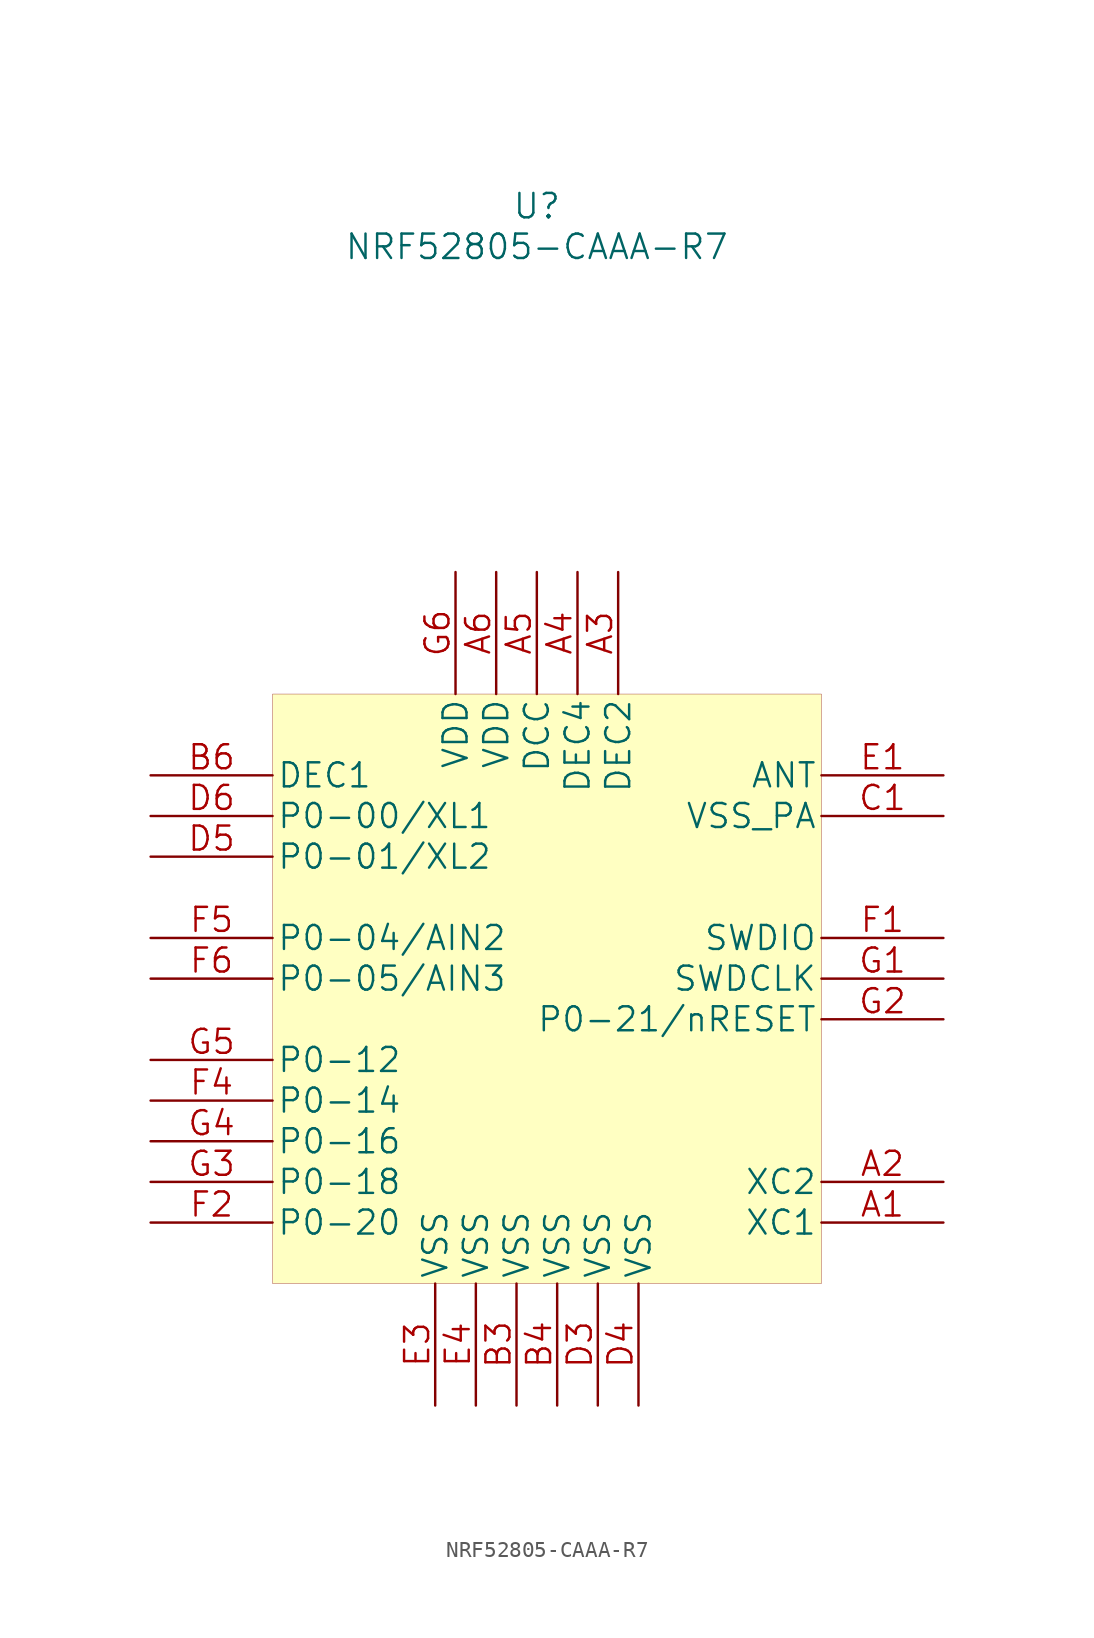
<source format=kicad_sym>
(kicad_symbol_lib
  (version 20201005)
  (generator kicad_symbol_editor)
  (symbol "NRF52805:NRF52805-CAAA-R7"
    (pin_names
      (offset 0.254))
    (property "Reference" "U"
      (at 0 54.61 0)
      (effects (font (size 1.524 1.524))))
    (property "Value" "NRF52805-CAAA-R7"
      (at 0 52.07 0)
      (effects (font (size 1.524 1.524))))
    (property "Datasheet" ""
      (at 3.81 38.1 90)
      (effects (font (size 1.524 1.524))))
    (symbol "NRF52805-CAAA-R7_0_1"
      (rectangle (start -16.51 24.13) (end 17.78 -12.7) (stroke (width 0.001)) (fill (type background))))
    (symbol "NRF52805-CAAA-R7_1_1"
      (pin input line (at 25.4 -8.89 180) (length 7.62) (name "XC1" (effects (font (size 1.499 1.499)))) (number "A1" (effects (font (size 1.499 1.499)))))
      (pin input line (at 25.4 -6.35 180) (length 7.62) (name "XC2" (effects (font (size 1.499 1.499)))) (number "A2" (effects (font (size 1.499 1.499)))))
      (pin power_in line (at 5.08 31.75 270) (length 7.62) (name "DEC2" (effects (font (size 1.499 1.499)))) (number "A3" (effects (font (size 1.499 1.499)))))
      (pin power_in line (at 2.54 31.75 270) (length 7.62) (name "DEC4" (effects (font (size 1.499 1.499)))) (number "A4" (effects (font (size 1.499 1.499)))))
      (pin power_in line (at 0 31.75 270) (length 7.62) (name "DCC" (effects (font (size 1.499 1.499)))) (number "A5" (effects (font (size 1.499 1.499)))))
      (pin power_in line (at -2.54 31.75 270) (length 7.62) (name "VDD" (effects (font (size 1.499 1.499)))) (number "A6" (effects (font (size 1.499 1.499)))))
      (pin power_in line (at -1.27 -20.32 90) (length 7.62) (name "VSS" (effects (font (size 1.499 1.499)))) (number "B3" (effects (font (size 1.499 1.499)))))
      (pin power_in line (at 1.27 -20.32 90) (length 7.62) (name "VSS" (effects (font (size 1.499 1.499)))) (number "B4" (effects (font (size 1.499 1.499)))))
      (pin bidirectional line (at -24.13 19.05 0) (length 7.62) (name "DEC1" (effects (font (size 1.499 1.499)))) (number "B6" (effects (font (size 1.499 1.499)))))
      (pin power_in line (at 25.4 16.51 180) (length 7.62) (name "VSS_PA" (effects (font (size 1.499 1.499)))) (number "C1" (effects (font (size 1.499 1.499)))))
      (pin power_in line (at 3.81 -20.32 90) (length 7.62) (name "VSS" (effects (font (size 1.499 1.499)))) (number "D3" (effects (font (size 1.499 1.499)))))
      (pin power_in line (at 6.35 -20.32 90) (length 7.62) (name "VSS" (effects (font (size 1.499 1.499)))) (number "D4" (effects (font (size 1.499 1.499)))))
      (pin bidirectional line (at -24.13 13.97 0) (length 7.62) (name "P0-01/XL2" (effects (font (size 1.499 1.499)))) (number "D5" (effects (font (size 1.499 1.499)))))
      (pin bidirectional line (at -24.13 16.51 0) (length 7.62) (name "P0-00/XL1" (effects (font (size 1.499 1.499)))) (number "D6" (effects (font (size 1.499 1.499)))))
      (pin unspecified line (at 25.4 19.05 180) (length 7.62) (name "ANT" (effects (font (size 1.499 1.499)))) (number "E1" (effects (font (size 1.499 1.499)))))
      (pin power_in line (at -6.35 -20.32 90) (length 7.62) (name "VSS" (effects (font (size 1.499 1.499)))) (number "E3" (effects (font (size 1.499 1.499)))))
      (pin power_in line (at -3.81 -20.32 90) (length 7.62) (name "VSS" (effects (font (size 1.499 1.499)))) (number "E4" (effects (font (size 1.499 1.499)))))
      (pin bidirectional line (at 25.4 8.89 180) (length 7.62) (name "SWDIO" (effects (font (size 1.499 1.499)))) (number "F1" (effects (font (size 1.499 1.499)))))
      (pin bidirectional line (at -24.13 -8.89 0) (length 7.62) (name "P0-20" (effects (font (size 1.499 1.499)))) (number "F2" (effects (font (size 1.499 1.499)))))
      (pin bidirectional line (at -24.13 -1.27 0) (length 7.62) (name "P0-14" (effects (font (size 1.499 1.499)))) (number "F4" (effects (font (size 1.499 1.499)))))
      (pin bidirectional line (at -24.13 8.89 0) (length 7.62) (name "P0-04/AIN2" (effects (font (size 1.499 1.499)))) (number "F5" (effects (font (size 1.499 1.499)))))
      (pin bidirectional line (at -24.13 6.35 0) (length 7.62) (name "P0-05/AIN3" (effects (font (size 1.499 1.499)))) (number "F6" (effects (font (size 1.499 1.499)))))
      (pin bidirectional line (at 25.4 6.35 180) (length 7.62) (name "SWDCLK" (effects (font (size 1.499 1.499)))) (number "G1" (effects (font (size 1.499 1.499)))))
      (pin bidirectional line (at 25.4 3.81 180) (length 7.62) (name "P0-21/nRESET" (effects (font (size 1.499 1.499)))) (number "G2" (effects (font (size 1.499 1.499)))))
      (pin bidirectional line (at -24.13 -6.35 0) (length 7.62) (name "P0-18" (effects (font (size 1.499 1.499)))) (number "G3" (effects (font (size 1.499 1.499)))))
      (pin bidirectional line (at -24.13 -3.81 0) (length 7.62) (name "P0-16" (effects (font (size 1.499 1.499)))) (number "G4" (effects (font (size 1.499 1.499)))))
      (pin bidirectional line (at -24.13 1.27 0) (length 7.62) (name "P0-12" (effects (font (size 1.499 1.499)))) (number "G5" (effects (font (size 1.499 1.499)))))
      (pin power_in line (at -5.08 31.75 270) (length 7.62) (name "VDD" (effects (font (size 1.499 1.499)))) (number "G6" (effects (font (size 1.499 1.499))))))))
</source>
